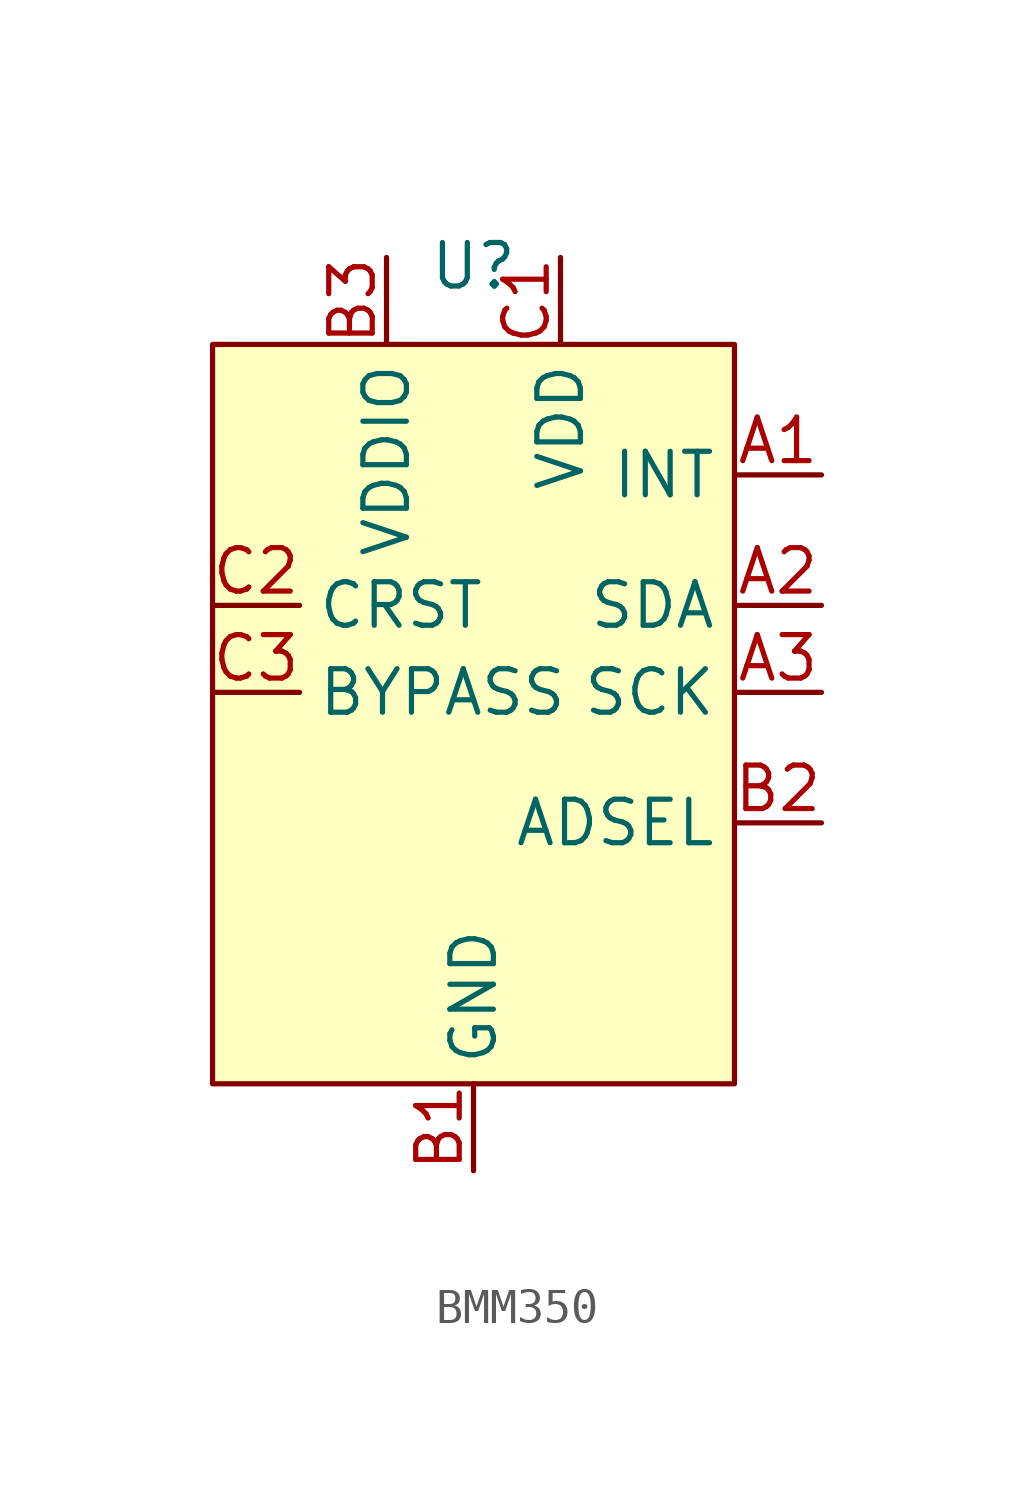
<source format=kicad_sym>
(kicad_symbol_lib
  (version 20231120)
  (generator "kicad_symbol_editor")
  (generator_version "8.0")
  (symbol "BMM350"
    (property "Reference" "U"
      (at 0 11.176 0)
      (effects (font (size 1.27 1.27))))
    (symbol "BMM350_0_0"
      (pin output line (at 10.16 5.08 180) (length 2.54) (name "INT" (effects (font (size 1.27 1.27)))) (number "A1" (effects (font (size 1.27 1.27)))))
      (pin bidirectional line (at 10.16 1.27 180) (length 2.54) (name "SDA" (effects (font (size 1.27 1.27)))) (number "A2" (effects (font (size 1.27 1.27)))))
      (pin bidirectional line (at 10.16 -1.27 180) (length 2.54) (name "SCK" (effects (font (size 1.27 1.27)))) (number "A3" (effects (font (size 1.27 1.27)))))
      (pin bidirectional line (at 0 -15.24 90) (length 2.54) (name "GND" (effects (font (size 1.27 1.27)))) (number "B1" (effects (font (size 1.27 1.27)))))
      (pin bidirectional line (at 10.16 -5.08 180) (length 2.54) (name "ADSEL" (effects (font (size 1.27 1.27)))) (number "B2" (effects (font (size 1.27 1.27)))))
      (pin power_in line (at -2.54 11.43 270) (length 2.54) (name "VDDIO" (effects (font (size 1.27 1.27)))) (number "B3" (effects (font (size 1.27 1.27)))))
      (pin power_in line (at 2.54 11.43 270) (length 2.54) (name "VDD" (effects (font (size 1.27 1.27)))) (number "C1" (effects (font (size 1.27 1.27)))))
      (pin bidirectional line (at -7.62 1.27 0) (length 2.54) (name "CRST" (effects (font (size 1.27 1.27)))) (number "C2" (effects (font (size 1.27 1.27)))))
      (pin bidirectional line (at -7.62 -1.27 0) (length 2.54) (name "BYPASS" (effects (font (size 1.27 1.27)))) (number "C3" (effects (font (size 1.27 1.27))))))
    (symbol "BMM350_1_1"
      (rectangle (start -7.62 8.89) (end 7.62 -12.7) (stroke (width 0) (type default)) (fill (type background))))))
</source>
